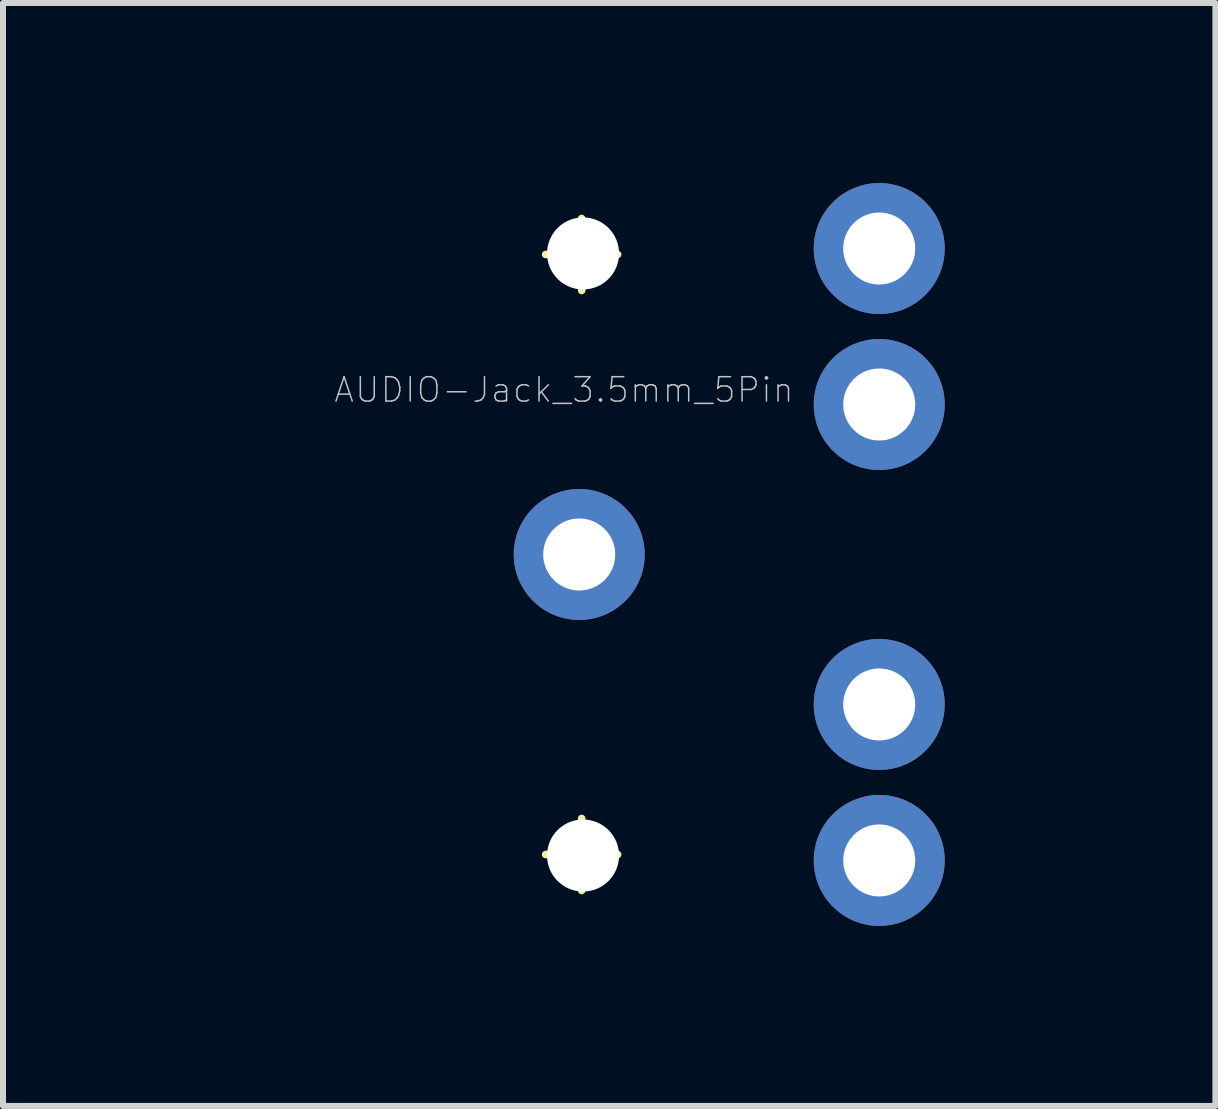
<source format=kicad_pcb>
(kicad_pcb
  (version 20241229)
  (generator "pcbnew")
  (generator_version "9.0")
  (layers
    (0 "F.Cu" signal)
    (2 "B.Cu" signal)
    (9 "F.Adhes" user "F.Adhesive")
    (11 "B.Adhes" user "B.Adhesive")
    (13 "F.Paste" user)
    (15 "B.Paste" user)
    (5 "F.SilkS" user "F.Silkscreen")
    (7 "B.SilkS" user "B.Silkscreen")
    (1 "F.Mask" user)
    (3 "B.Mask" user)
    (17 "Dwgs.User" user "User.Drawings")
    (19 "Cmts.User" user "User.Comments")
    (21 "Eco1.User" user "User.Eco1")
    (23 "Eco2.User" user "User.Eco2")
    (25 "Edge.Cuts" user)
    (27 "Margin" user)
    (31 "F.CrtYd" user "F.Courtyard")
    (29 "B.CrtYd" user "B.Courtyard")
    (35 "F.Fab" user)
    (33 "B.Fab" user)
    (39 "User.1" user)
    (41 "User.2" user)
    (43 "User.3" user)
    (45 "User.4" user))
  (footprint "AUDIO-Jack_3.5mm_5Pin"
    (layer "F.Cu")
    (at 6.601 6.189)
    (property "Reference" "AUDIO-Jack_3.5mm_5Pin" (at -0.254 -2.743 0) (layer "Dwgs.User") (effects (font (size 0.406 0.406) (thickness 0.025))))
    (attr exclude_from_pos_files exclude_from_bom)
    (fp_line (start -0.559 -4.999) (end 0.64 -4.999) (stroke (width 0.127) (type solid)) (layer "F.SilkS"))
    (fp_line (start -0.559 4.999) (end 0.64 4.999) (stroke (width 0.127) (type solid)) (layer "F.SilkS"))
    (fp_line (start 0.041 -4.399) (end 0.041 -5.598) (stroke (width 0.127) (type solid)) (layer "F.SilkS"))
    (fp_line (start 0.041 5.598) (end 0.041 4.399) (stroke (width 0.127) (type solid)) (layer "F.SilkS"))
    (fp_circle (center 0.041 -4.999) (end -0.259 -5.298) (stroke (width 0.127) (type solid)) (fill no) (layer "F.SilkS"))
    (fp_circle (center 0.041 4.999) (end -0.259 5.298) (stroke (width 0.127) (type solid)) (fill no) (layer "F.SilkS"))
    (fp_line (start -6.5 -3) (end -6.5 3) (stroke (width 0.203) (type solid)) (layer "Eco2.User"))
    (fp_line (start -6.5 -3) (end -4.498 -3) (stroke (width 0.203) (type solid)) (layer "Eco2.User"))
    (fp_line (start -6.5 3) (end -4.498 3) (stroke (width 0.203) (type solid)) (layer "Eco2.User"))
    (fp_line (start -4.498 -4.498) (end -4.498 -3) (stroke (width 0.203) (type solid)) (layer "Eco2.User"))
    (fp_line (start -4.498 -4.498) (end -3.498 -4.498) (stroke (width 0.203) (type solid)) (layer "Eco2.User"))
    (fp_line (start -4.498 3) (end -4.498 4.498) (stroke (width 0.203) (type solid)) (layer "Eco2.User"))
    (fp_line (start -4.498 4.498) (end -3.498 4.498) (stroke (width 0.203) (type solid)) (layer "Eco2.User"))
    (fp_line (start -3.498 -5.999) (end -3.498 5.999) (stroke (width 0.203) (type solid)) (layer "Eco2.User"))
    (fp_line (start -3.498 -5.999) (end 3.498 -5.999) (stroke (width 0.203) (type solid)) (layer "Eco2.User"))
    (fp_line (start -3.498 5.999) (end 3.498 5.999) (stroke (width 0.203) (type solid)) (layer "Eco2.User"))
    (fp_line (start 7.498 -5.999) (end 6.5 -5.999) (stroke (width 0.203) (type solid)) (layer "Eco2.User"))
    (fp_line (start 7.498 -5.999) (end 7.498 5.999) (stroke (width 0.203) (type solid)) (layer "Eco2.User"))
    (fp_line (start 7.498 5.999) (end 6.5 5.999) (stroke (width 0.203) (type solid)) (layer "Eco2.User"))
    (pad "" np_thru_hole circle (at 0.064 -5.016) (size 1.2 1.2) (drill 1.2) (layers "*.Cu" "*.Mask"))
    (pad "" np_thru_hole circle (at 0.064 5.016) (size 1.2 1.2) (drill 1.2) (layers "*.Cu" "*.Mask"))
    (pad "R" thru_hole circle (at 4.999 -5.098) (size 2.182 2.182) (drill 1.2) (layers "*.Cu" "*.Mask"))
    (pad "RN" thru_hole circle (at 4.999 -2.499) (size 2.182 2.182) (drill 1.2) (layers "*.Cu" "*.Mask"))
    (pad "S" thru_hole circle (at 0 0) (size 2.182 2.182) (drill 1.2) (layers "*.Cu" "*.Mask"))
    (pad "T" thru_hole circle (at 4.999 5.098) (size 2.182 2.182) (drill 1.2) (layers "*.Cu" "*.Mask"))
    (pad "TN" thru_hole circle (at 4.999 2.499) (size 2.182 2.182) (drill 1.2) (layers "*.Cu" "*.Mask")))
  (gr_rect
    (start -3 -3)
    (end 17.201 15.377)
    (stroke (width 0.1) (type default))
    (fill no)
    (layer "Edge.Cuts")))
</source>
